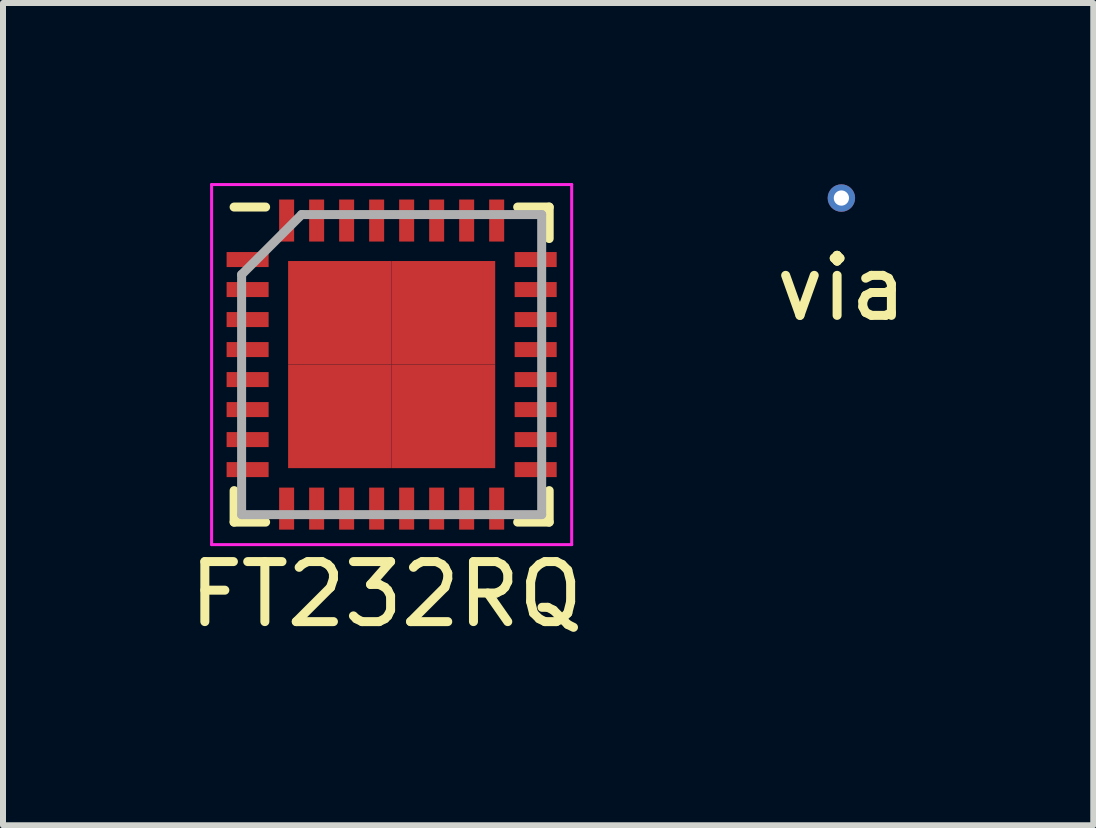
<source format=kicad_pcb>
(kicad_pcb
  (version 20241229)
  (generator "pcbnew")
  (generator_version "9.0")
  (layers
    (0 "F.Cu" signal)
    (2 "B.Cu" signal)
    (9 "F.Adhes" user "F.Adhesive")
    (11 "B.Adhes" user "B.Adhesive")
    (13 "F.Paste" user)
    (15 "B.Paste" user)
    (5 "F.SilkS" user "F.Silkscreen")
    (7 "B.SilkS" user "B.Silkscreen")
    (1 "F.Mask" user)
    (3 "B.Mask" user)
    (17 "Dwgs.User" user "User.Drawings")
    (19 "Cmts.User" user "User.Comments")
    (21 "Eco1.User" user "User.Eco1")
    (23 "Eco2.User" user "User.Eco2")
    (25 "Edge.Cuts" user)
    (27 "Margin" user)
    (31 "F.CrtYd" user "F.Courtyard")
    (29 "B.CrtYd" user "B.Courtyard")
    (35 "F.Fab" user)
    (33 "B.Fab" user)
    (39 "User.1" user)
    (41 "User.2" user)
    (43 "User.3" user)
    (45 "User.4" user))
  (footprint "via"
    (layer "F.Cu")
    (at 10.97 0.25)
    (property "Reference" "via" (at 0 1.5 0) (layer "F.SilkS") (effects (font (size 1 1) (thickness 0.15))))
    (attr through_hole)
    (pad "1" thru_hole circle (at 0 0) (size 0.457 0.457) (drill 0.254) (layers "*.Cu")))
  (footprint "FT232RQ"
    (layer "F.Cu")
    (at 3.476 3.025)
    (property "Reference" "FT232RQ" (at -0.089 3.828 0) (layer "F.SilkS") (effects (font (size 1 1) (thickness 0.15))))
    (attr smd)
    (fp_line (start -2.625 -2.625) (end -2.1 -2.625) (stroke (width 0.15) (type solid)) (layer "F.SilkS"))
    (fp_line (start -2.625 2.625) (end -2.625 2.1) (stroke (width 0.15) (type solid)) (layer "F.SilkS"))
    (fp_line (start -2.625 2.625) (end -2.1 2.625) (stroke (width 0.15) (type solid)) (layer "F.SilkS"))
    (fp_line (start 2.625 -2.625) (end 2.1 -2.625) (stroke (width 0.15) (type solid)) (layer "F.SilkS"))
    (fp_line (start 2.625 -2.625) (end 2.625 -2.1) (stroke (width 0.15) (type solid)) (layer "F.SilkS"))
    (fp_line (start 2.625 2.625) (end 2.1 2.625) (stroke (width 0.15) (type solid)) (layer "F.SilkS"))
    (fp_line (start 2.625 2.625) (end 2.625 2.1) (stroke (width 0.15) (type solid)) (layer "F.SilkS"))
    (fp_line (start -3 -3) (end -3 3) (stroke (width 0.05) (type solid)) (layer "F.CrtYd"))
    (fp_line (start -3 -3) (end 3 -3) (stroke (width 0.05) (type solid)) (layer "F.CrtYd"))
    (fp_line (start -3 3) (end 3 3) (stroke (width 0.05) (type solid)) (layer "F.CrtYd"))
    (fp_line (start 3 -3) (end 3 3) (stroke (width 0.05) (type solid)) (layer "F.CrtYd"))
    (fp_line (start -2.5 -1.5) (end -1.5 -2.5) (stroke (width 0.15) (type solid)) (layer "F.Fab"))
    (fp_line (start -2.5 2.5) (end -2.5 -1.5) (stroke (width 0.15) (type solid)) (layer "F.Fab"))
    (fp_line (start -1.5 -2.5) (end 2.5 -2.5) (stroke (width 0.15) (type solid)) (layer "F.Fab"))
    (fp_line (start 2.5 -2.5) (end 2.5 2.5) (stroke (width 0.15) (type solid)) (layer "F.Fab"))
    (fp_line (start 2.5 2.5) (end -2.5 2.5) (stroke (width 0.15) (type solid)) (layer "F.Fab"))
    (pad "1" smd rect (at -2.4 -1.75) (size 0.7 0.25) (layers "F.Cu" "F.Mask" "F.Paste"))
    (pad "2" smd rect (at -2.4 -1.25) (size 0.7 0.25) (layers "F.Cu" "F.Mask" "F.Paste"))
    (pad "3" smd rect (at -2.4 -0.75) (size 0.7 0.25) (layers "F.Cu" "F.Mask" "F.Paste"))
    (pad "4" smd rect (at -2.4 -0.25) (size 0.7 0.25) (layers "F.Cu" "F.Mask" "F.Paste"))
    (pad "4" smd rect (at -0.863 -0.863) (size 1.725 1.725) (layers "F.Cu" "F.Mask" "F.Paste"))
    (pad "4" smd rect (at -0.863 0.863) (size 1.725 1.725) (layers "F.Cu" "F.Mask" "F.Paste"))
    (pad "4" smd rect (at 0.863 -0.863) (size 1.725 1.725) (layers "F.Cu" "F.Mask" "F.Paste"))
    (pad "4" smd rect (at 0.863 0.863) (size 1.725 1.725) (layers "F.Cu" "F.Mask" "F.Paste"))
    (pad "5" smd rect (at -2.4 0.25) (size 0.7 0.25) (layers "F.Cu" "F.Mask" "F.Paste"))
    (pad "6" smd rect (at -2.4 0.75) (size 0.7 0.25) (layers "F.Cu" "F.Mask" "F.Paste"))
    (pad "7" smd rect (at -2.4 1.25) (size 0.7 0.25) (layers "F.Cu" "F.Mask" "F.Paste"))
    (pad "8" smd rect (at -2.4 1.75) (size 0.7 0.25) (layers "F.Cu" "F.Mask" "F.Paste"))
    (pad "9" smd rect (at -1.75 2.4 90) (size 0.7 0.25) (layers "F.Cu" "F.Mask" "F.Paste"))
    (pad "10" smd rect (at -1.25 2.4 90) (size 0.7 0.25) (layers "F.Cu" "F.Mask" "F.Paste"))
    (pad "11" smd rect (at -0.75 2.4 90) (size 0.7 0.25) (layers "F.Cu" "F.Mask" "F.Paste"))
    (pad "12" smd rect (at -0.25 2.4 90) (size 0.7 0.25) (layers "F.Cu" "F.Mask" "F.Paste"))
    (pad "13" smd rect (at 0.25 2.4 90) (size 0.7 0.25) (layers "F.Cu" "F.Mask" "F.Paste"))
    (pad "14" smd rect (at 0.75 2.4 90) (size 0.7 0.25) (layers "F.Cu" "F.Mask" "F.Paste"))
    (pad "15" smd rect (at 1.25 2.4 90) (size 0.7 0.25) (layers "F.Cu" "F.Mask" "F.Paste"))
    (pad "16" smd rect (at 1.75 2.4 90) (size 0.7 0.25) (layers "F.Cu" "F.Mask" "F.Paste"))
    (pad "17" smd rect (at 2.4 1.75) (size 0.7 0.25) (layers "F.Cu" "F.Mask" "F.Paste"))
    (pad "18" smd rect (at 2.4 1.25) (size 0.7 0.25) (layers "F.Cu" "F.Mask" "F.Paste"))
    (pad "19" smd rect (at 2.4 0.75) (size 0.7 0.25) (layers "F.Cu" "F.Mask" "F.Paste"))
    (pad "20" smd rect (at 2.4 0.25) (size 0.7 0.25) (layers "F.Cu" "F.Mask" "F.Paste"))
    (pad "21" smd rect (at 2.4 -0.25) (size 0.7 0.25) (layers "F.Cu" "F.Mask" "F.Paste"))
    (pad "22" smd rect (at 2.4 -0.75) (size 0.7 0.25) (layers "F.Cu" "F.Mask" "F.Paste"))
    (pad "23" smd rect (at 2.4 -1.25) (size 0.7 0.25) (layers "F.Cu" "F.Mask" "F.Paste"))
    (pad "24" smd rect (at 2.4 -1.75) (size 0.7 0.25) (layers "F.Cu" "F.Mask" "F.Paste"))
    (pad "25" smd rect (at 1.75 -2.4 90) (size 0.7 0.25) (layers "F.Cu" "F.Mask" "F.Paste"))
    (pad "26" smd rect (at 1.25 -2.4 90) (size 0.7 0.25) (layers "F.Cu" "F.Mask" "F.Paste"))
    (pad "27" smd rect (at 0.75 -2.4 90) (size 0.7 0.25) (layers "F.Cu" "F.Mask" "F.Paste"))
    (pad "28" smd rect (at 0.25 -2.4 90) (size 0.7 0.25) (layers "F.Cu" "F.Mask" "F.Paste"))
    (pad "29" smd rect (at -0.25 -2.4 90) (size 0.7 0.25) (layers "F.Cu" "F.Mask" "F.Paste"))
    (pad "30" smd rect (at -0.75 -2.4 90) (size 0.7 0.25) (layers "F.Cu" "F.Mask" "F.Paste"))
    (pad "31" smd rect (at -1.25 -2.4 90) (size 0.7 0.25) (layers "F.Cu" "F.Mask" "F.Paste"))
    (pad "32" smd rect (at -1.75 -2.4 90) (size 0.7 0.25) (layers "F.Cu" "F.Mask" "F.Paste")))
  (gr_rect
    (start -3 -3)
    (end 15.167 10.701)
    (stroke (width 0.1) (type default))
    (fill no)
    (layer "Edge.Cuts")))
</source>
